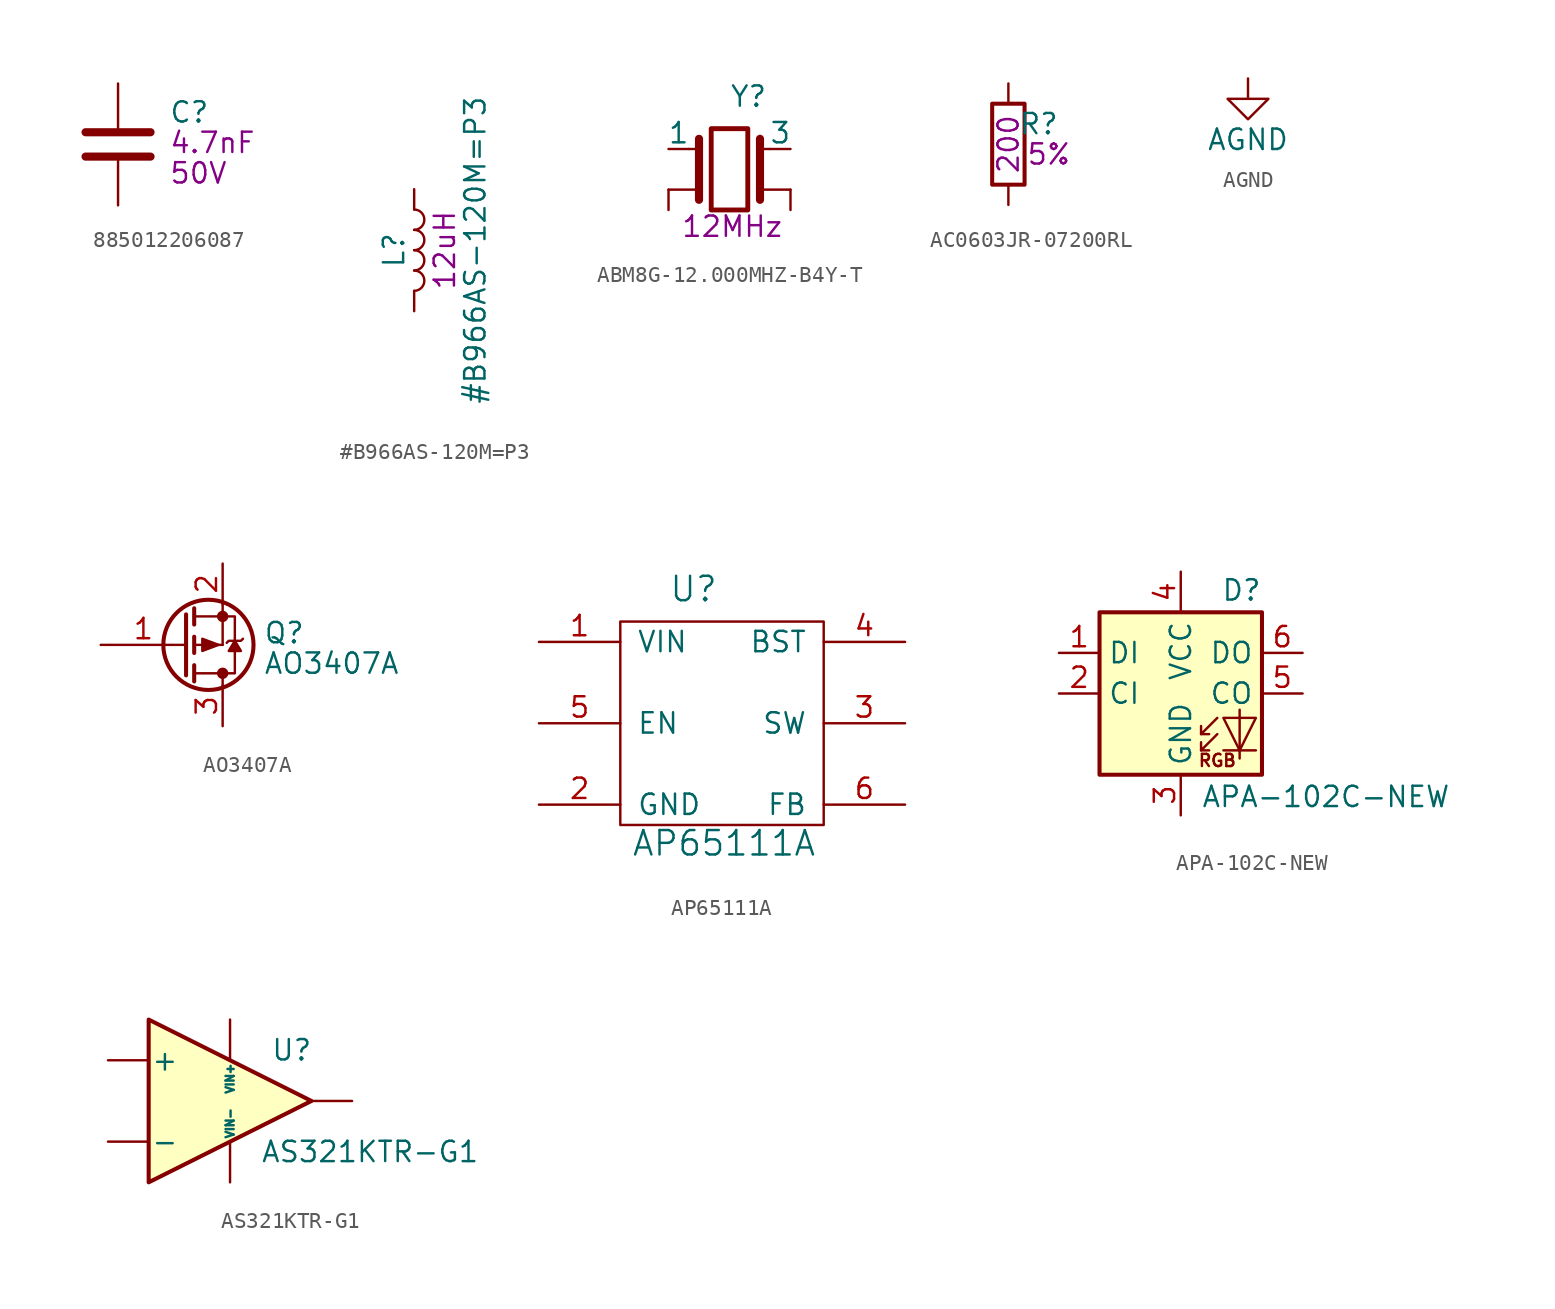
<source format=kicad_sym>
(kicad_symbol_lib
  (version 20210619)
  (generator kicad_symbol_editor)
  (symbol "custom:885012206087"
    (pin_numbers hide)
    (pin_names
      (offset 0) hide)
    (property "Reference" "C"
      (at 3.175 1.27 0)
      (effects (font (size 1.27 1.27)) (justify left bottom)))
    (property "Capacitance" "4.7nF"
      (at 3.175 -0.635 0)
      (effects (font (size 1.27 1.27)) (justify left bottom)))
    (property "RATING" "50V"
      (at 3.175 -2.54 0)
      (effects (font (size 1.27 1.27)) (justify left bottom)))
    (symbol "885012206087_0_1"
      (polyline (pts (xy -2.032 -0.762) (xy 2.032 -0.762)) (stroke (width 0.508)) (fill (type none)))
      (polyline (pts (xy -2.032 0.762) (xy 2.032 0.762)) (stroke (width 0.508)) (fill (type none))))
    (symbol "885012206087_1_1"
      (pin passive line (at 0 3.81 270) (length 2.794) (name "~" (effects (font (size 1.27 1.27)))) (number "1" (effects (font (size 1.27 1.27)))))
      (pin passive line (at 0 -3.81 90) (length 2.794) (name "~" (effects (font (size 1.27 1.27)))) (number "2" (effects (font (size 1.27 1.27)))))))
  (symbol "custom:#B966AS-120M=P3"
    (pin_numbers hide)
    (pin_names
      (offset 1.016) hide)
    (property "Reference" "L"
      (at -1.27 0 90)
      (effects (font (size 1.27 1.27))))
    (property "Value" "#B966AS-120M=P3"
      (at 3.81 0 90)
      (effects (font (size 1.27 1.27))))
    (property "INDUCTANCE" "12uH"
      (at 1.905 0 90)
      (effects (font (size 1.27 1.27))))
    (symbol "#B966AS-120M=P3_0_1"
      (arc (start 0 -2.54) (end 0 -1.27) (radius (at 0 -1.905) (length 0.635) (angles -89.9 89.9)) (stroke (width 0)) (fill (type none)))
      (arc (start 0 -1.27) (end 0 0) (radius (at 0 -0.635) (length 0.635) (angles -89.9 89.9)) (stroke (width 0)) (fill (type none)))
      (arc (start 0 0) (end 0 1.27) (radius (at 0 0.635) (length 0.635) (angles -89.9 89.9)) (stroke (width 0)) (fill (type none)))
      (arc (start 0 1.27) (end 0 2.54) (radius (at 0 1.905) (length 0.635) (angles -89.9 89.9)) (stroke (width 0)) (fill (type none))))
    (symbol "#B966AS-120M=P3_1_1"
      (pin passive line (at 0 3.81 270) (length 1.27) (name "1" (effects (font (size 1.27 1.27)))) (number "1" (effects (font (size 1.27 1.27)))))
      (pin passive line (at 0 -3.81 90) (length 1.27) (name "2" (effects (font (size 1.27 1.27)))) (number "2" (effects (font (size 1.27 1.27)))))))
  (symbol "custom:ABM8G-12.000MHZ-B4Y-T"
    (pin_numbers hide)
    (pin_names
      (offset 0))
    (property "Reference" "Y"
      (at 0 3.81 0)
      (effects (font (size 1.27 1.27)) (justify left bottom)))
    (property "Frequency" "12MHz"
      (at -3.048 -4.318 0)
      (effects (font (size 1.27 1.27)) (justify left bottom)))
    (symbol "ABM8G-12.000MHZ-B4Y-T_0_1"
      (rectangle (start -1.143 2.54) (end 1.143 -2.54) (stroke (width 0.305)) (fill (type none)))
      (polyline (pts (xy -3.81 -1.27) (xy -1.905 -1.27)) (stroke (width 0)) (fill (type none)))
      (polyline (pts (xy -2.54 1.27) (xy -1.905 1.27)) (stroke (width 0)) (fill (type none)))
      (polyline (pts (xy -1.905 -1.905) (xy -1.905 1.905)) (stroke (width 0.508)) (fill (type none)))
      (polyline (pts (xy 1.905 -1.905) (xy 1.905 1.905)) (stroke (width 0.508)) (fill (type none)))
      (polyline (pts (xy 2.54 1.27) (xy 1.905 1.27)) (stroke (width 0)) (fill (type none)))
      (polyline (pts (xy 3.81 -1.27) (xy 1.905 -1.27)) (stroke (width 0)) (fill (type none))))
    (symbol "ABM8G-12.000MHZ-B4Y-T_1_1"
      (pin passive line (at -3.81 1.27 0) (length 1.27) (name "1" (effects (font (size 1.27 1.27)))) (number "1" (effects (font (size 1.27 1.27)))))
      (pin passive line (at -3.81 -2.54 90) (length 1.27) (name "~" (effects (font (size 1.27 1.27)))) (number "2" (effects (font (size 1.27 1.27)))))
      (pin passive line (at 3.81 1.27 180) (length 1.27) (name "3" (effects (font (size 1.27 1.27)))) (number "3" (effects (font (size 1.27 1.27)))))
      (pin passive line (at 3.81 -2.54 90) (length 1.27) (name "~" (effects (font (size 1.27 1.27)))) (number "4" (effects (font (size 1.27 1.27)))))))
  (symbol "custom:AC0603JR-07200RL"
    (pin_numbers hide)
    (pin_names
      (offset 0))
    (property "Reference" "R"
      (at 1.905 1.27 0)
      (effects (font (size 1.27 1.27))))
    (property "RESISTANCE" "200"
      (at 0 0 90)
      (effects (font (size 1.27 1.27))))
    (property "TOLERANCE" "5%"
      (at 2.54 -0.635 0)
      (effects (font (size 1.27 1.27))))
    (symbol "AC0603JR-07200RL_0_1"
      (rectangle (start -1.016 -2.54) (end 1.016 2.54) (stroke (width 0.254)) (fill (type none))))
    (symbol "AC0603JR-07200RL_1_1"
      (pin passive line (at 0 3.81 270) (length 1.27) (name "~" (effects (font (size 1.27 1.27)))) (number "1" (effects (font (size 1.27 1.27)))))
      (pin passive line (at 0 -3.81 90) (length 1.27) (name "~" (effects (font (size 1.27 1.27)))) (number "2" (effects (font (size 1.27 1.27)))))))
  (symbol "custom:AGND"
    (power)
    (pin_names
      (offset 0))
    (property "Reference" "#PWR"
      (at 0 -6.35 0)
      (effects (font (size 1.27 1.27)) hide))
    (property "Value" "AGND"
      (at 0 -3.81 0)
      (effects (font (size 1.27 1.27))))
    (symbol "AGND_0_1"
      (polyline (pts (xy 0 0) (xy 0 -1.27) (xy 1.27 -1.27) (xy 0 -2.54) (xy -1.27 -1.27) (xy 0 -1.27)) (stroke (width 0)) (fill (type none))))
    (symbol "AGND_1_1"
      (pin power_in line (at 0 0 270) (length 0) hide (name "AGND" (effects (font (size 1.27 1.27)))) (number "1" (effects (font (size 1.27 1.27)))))))
  (symbol "custom:AO3407A"
    (pin_names
      (offset 0) hide)
    (property "Reference" "Q"
      (at 5.08 0 0)
      (effects (font (size 1.27 1.27)) (justify left bottom)))
    (property "Value" "AO3407A"
      (at 5.08 -1.905 0)
      (effects (font (size 1.27 1.27)) (justify left bottom)))
    (symbol "AO3407A_0_1"
      (circle (center 1.651 0) (radius 2.819) (stroke (width 0.254)) (fill (type none)))
      (circle (center 2.54 -1.778) (radius 0.279) (stroke (width 0)) (fill (type outline)))
      (circle (center 2.54 1.778) (radius 0.279) (stroke (width 0)) (fill (type outline)))
      (polyline (pts (xy 0.762 -1.778) (xy 2.54 -1.778)) (stroke (width 0)) (fill (type none)))
      (polyline (pts (xy 0.762 -1.27) (xy 0.762 -2.286)) (stroke (width 0.254)) (fill (type none)))
      (polyline (pts (xy 0.762 0) (xy 2.54 0)) (stroke (width 0)) (fill (type none)))
      (polyline (pts (xy 0.762 0.508) (xy 0.762 -0.508)) (stroke (width 0.254)) (fill (type none)))
      (polyline (pts (xy 0.762 1.778) (xy 2.54 1.778)) (stroke (width 0)) (fill (type none)))
      (polyline (pts (xy 0.762 2.286) (xy 0.762 1.27)) (stroke (width 0.254)) (fill (type none)))
      (polyline (pts (xy 2.54 -1.778) (xy 2.54 -2.54)) (stroke (width 0)) (fill (type none)))
      (polyline (pts (xy 2.54 0) (xy 2.54 1.778)) (stroke (width 0)) (fill (type none)))
      (polyline (pts (xy 2.54 2.54) (xy 2.54 1.778)) (stroke (width 0)) (fill (type none)))
      (polyline (pts (xy 0.254 1.905) (xy 0.254 -1.905) (xy 0.254 -1.905)) (stroke (width 0.254)) (fill (type none)))
      (polyline (pts (xy 2.54 -1.778) (xy 3.302 -1.778) (xy 3.302 1.778) (xy 2.54 1.778)) (stroke (width 0)) (fill (type none)))
      (polyline (pts (xy 2.794 0.127) (xy 2.921 0.254) (xy 3.683 0.254) (xy 3.81 0.381)) (stroke (width 0)) (fill (type none)))
      (polyline (pts (xy 2.286 0) (xy 1.27 -0.381) (xy 1.27 0.381) (xy 2.286 0)) (stroke (width 0)) (fill (type outline)))
      (polyline (pts (xy 3.302 0.254) (xy 2.921 -0.381) (xy 3.683 -0.381) (xy 3.302 0.254)) (stroke (width 0)) (fill (type outline))))
    (symbol "AO3407A_1_1"
      (pin input line (at -5.08 0 0) (length 5.334) (name "G" (effects (font (size 1.27 1.27)))) (number "1" (effects (font (size 1.27 1.27)))))
      (pin passive line (at 2.54 5.08 270) (length 2.54) (name "S" (effects (font (size 1.27 1.27)))) (number "2" (effects (font (size 1.27 1.27)))))
      (pin passive line (at 2.54 -5.08 90) (length 2.54) (name "D" (effects (font (size 1.27 1.27)))) (number "3" (effects (font (size 1.27 1.27)))))))
  (symbol "custom:AP65111A"
    (pin_names
      (offset 1.016))
    (property "Reference" "U"
      (at -1.778 8.382 0)
      (effects (font (size 1.524 1.524))))
    (property "Value" "AP65111A"
      (at 0.127 -7.493 0)
      (effects (font (size 1.524 1.524))))
    (symbol "AP65111A_0_1"
      (rectangle (start -6.35 6.35) (end 6.35 -6.35) (stroke (width 0)) (fill (type none))))
    (symbol "AP65111A_1_1"
      (pin power_in line (at -11.43 5.08 0) (length 5.08) (name "VIN" (effects (font (size 1.27 1.27)))) (number "1" (effects (font (size 1.27 1.27)))))
      (pin power_in line (at -11.43 -5.08 0) (length 5.08) (name "GND" (effects (font (size 1.27 1.27)))) (number "2" (effects (font (size 1.27 1.27)))))
      (pin output line (at 11.43 0 180) (length 5.08) (name "SW" (effects (font (size 1.27 1.27)))) (number "3" (effects (font (size 1.27 1.27)))))
      (pin bidirectional line (at 11.43 5.08 180) (length 5.08) (name "BST" (effects (font (size 1.27 1.27)))) (number "4" (effects (font (size 1.27 1.27)))))
      (pin input line (at -11.43 0 0) (length 5.08) (name "EN" (effects (font (size 1.27 1.27)))) (number "5" (effects (font (size 1.27 1.27)))))
      (pin input line (at 11.43 -5.08 180) (length 5.08) (name "FB" (effects (font (size 1.27 1.27)))) (number "6" (effects (font (size 1.27 1.27)))))))
  (symbol "custom:APA-102C-NEW"
    (property "Reference" "D"
      (at 5.08 5.715 0)
      (effects (font (size 1.27 1.27)) (justify right bottom)))
    (property "Value" "APA-102C-NEW"
      (at 1.27 -5.715 0)
      (effects (font (size 1.27 1.27)) (justify left top)))
    (symbol "APA-102C-NEW_0_0"
      (text "RGB" (at 2.286 -4.191 0) (effects (font (size 0.762 0.762)))))
    (symbol "APA-102C-NEW_0_1"
      (rectangle (start 5.08 5.08) (end -5.08 -5.08) (stroke (width 0.254)) (fill (type background)))
      (polyline (pts (xy 1.27 -3.556) (xy 1.778 -3.556)) (stroke (width 0)) (fill (type none)))
      (polyline (pts (xy 1.27 -2.54) (xy 1.778 -2.54)) (stroke (width 0)) (fill (type none)))
      (polyline (pts (xy 4.699 -3.556) (xy 2.667 -3.556)) (stroke (width 0)) (fill (type none)))
      (polyline (pts (xy 2.286 -2.54) (xy 1.27 -3.556) (xy 1.27 -3.048)) (stroke (width 0)) (fill (type none)))
      (polyline (pts (xy 2.286 -1.524) (xy 1.27 -2.54) (xy 1.27 -2.032)) (stroke (width 0)) (fill (type none)))
      (polyline (pts (xy 3.683 -1.016) (xy 3.683 -3.556) (xy 3.683 -4.064)) (stroke (width 0)) (fill (type none)))
      (polyline (pts (xy 4.699 -1.524) (xy 2.667 -1.524) (xy 3.683 -3.556) (xy 4.699 -1.524)) (stroke (width 0)) (fill (type none))))
    (symbol "APA-102C-NEW_1_1"
      (pin input line (at -7.62 2.54 0) (length 2.54) (name "DI" (effects (font (size 1.27 1.27)))) (number "1" (effects (font (size 1.27 1.27)))))
      (pin input line (at -7.62 0 0) (length 2.54) (name "CI" (effects (font (size 1.27 1.27)))) (number "2" (effects (font (size 1.27 1.27)))))
      (pin power_in line (at 0 -7.62 90) (length 2.54) (name "GND" (effects (font (size 1.27 1.27)))) (number "3" (effects (font (size 1.27 1.27)))))
      (pin power_in line (at 0 7.62 270) (length 2.54) (name "VCC" (effects (font (size 1.27 1.27)))) (number "4" (effects (font (size 1.27 1.27)))))
      (pin output line (at 7.62 0 180) (length 2.54) (name "CO" (effects (font (size 1.27 1.27)))) (number "5" (effects (font (size 1.27 1.27)))))
      (pin output line (at 7.62 2.54 180) (length 2.54) (name "DO" (effects (font (size 1.27 1.27)))) (number "6" (effects (font (size 1.27 1.27)))))))
  (symbol "custom:AS321KTR-G1"
    (pin_numbers hide)
    (pin_names
      (offset 0.127))
    (property "Reference" "U"
      (at 2.54 3.175 0)
      (effects (font (size 1.27 1.27)) (justify left)))
    (property "Value" "AS321KTR-G1"
      (at 1.905 -3.175 0)
      (effects (font (size 1.27 1.27)) (justify left)))
    (symbol "AS321KTR-G1_1_1"
      (polyline (pts (xy -5.08 5.08) (xy 5.08 0) (xy -5.08 -5.08) (xy -5.08 5.08)) (stroke (width 0.254)) (fill (type background)))
      (pin input line (at -7.62 2.54 0) (length 2.54) (name "+" (effects (font (size 1.27 1.27)))) (number "1" (effects (font (size 1.27 1.27)))))
      (pin power_in line (at 0 -5.08 90) (length 2.54) (name "VIN-" (effects (font (size 0.508 0.508)))) (number "2" (effects (font (size 0.508 0.508)))))
      (pin input line (at -7.62 -2.54 0) (length 2.54) (name "-" (effects (font (size 1.27 1.27)))) (number "3" (effects (font (size 1.27 1.27)))))
      (pin output line (at 7.62 0 180) (length 2.54) (name "~" (effects (font (size 1.27 1.27)))) (number "4" (effects (font (size 1.27 1.27)))))
      (pin power_in line (at 0 5.08 270) (length 2.54) (name "VIN+" (effects (font (size 0.508 0.508)))) (number "5" (effects (font (size 0.508 0.508))))))))
</source>
